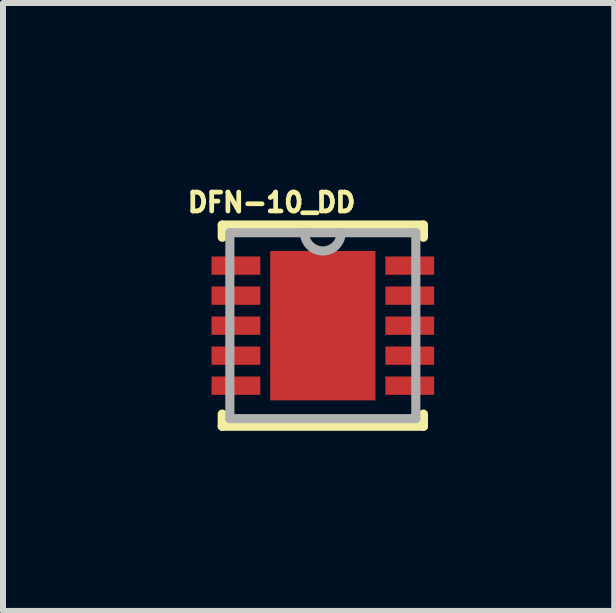
<source format=kicad_pcb>
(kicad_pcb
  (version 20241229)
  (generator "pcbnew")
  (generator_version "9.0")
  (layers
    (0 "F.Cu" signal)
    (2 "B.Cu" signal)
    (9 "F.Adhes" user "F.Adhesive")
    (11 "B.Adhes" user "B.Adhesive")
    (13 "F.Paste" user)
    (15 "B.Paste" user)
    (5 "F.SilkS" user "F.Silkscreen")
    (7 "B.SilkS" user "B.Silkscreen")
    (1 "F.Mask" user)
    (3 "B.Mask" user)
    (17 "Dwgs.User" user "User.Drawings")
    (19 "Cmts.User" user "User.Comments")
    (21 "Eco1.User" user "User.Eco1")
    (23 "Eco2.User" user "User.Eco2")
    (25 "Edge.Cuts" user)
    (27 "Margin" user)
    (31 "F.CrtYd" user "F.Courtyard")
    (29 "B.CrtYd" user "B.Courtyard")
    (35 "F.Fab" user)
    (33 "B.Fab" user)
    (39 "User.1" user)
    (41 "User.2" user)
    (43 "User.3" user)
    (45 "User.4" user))
  (footprint "DFN-10_DD"
    (layer "F.Cu")
    (at 2.328 2.375)
    (property "Reference" "DFN-10_DD" (at -0.854 -2.052 0) (layer "F.SilkS") (effects (font (size 0.315 0.315) (thickness 0.15))))
    (attr through_hole)
    (fp_line (start -1.676 -1.676) (end -1.676 -1.473) (stroke (width 0.152) (type solid)) (layer "F.SilkS"))
    (fp_line (start -1.676 1.473) (end -1.676 1.676) (stroke (width 0.152) (type solid)) (layer "F.SilkS"))
    (fp_line (start -1.676 1.676) (end 1.676 1.676) (stroke (width 0.152) (type solid)) (layer "F.SilkS"))
    (fp_line (start 1.676 -1.676) (end -1.676 -1.676) (stroke (width 0.152) (type solid)) (layer "F.SilkS"))
    (fp_line (start 1.676 -1.473) (end 1.676 -1.676) (stroke (width 0.152) (type solid)) (layer "F.SilkS"))
    (fp_line (start 1.676 1.676) (end 1.676 1.473) (stroke (width 0.152) (type solid)) (layer "F.SilkS"))
    (fp_poly (pts (xy -0.876 -1.245) (xy -0.876 1.245) (xy 0.876 1.245) (xy 0.876 -1.245)) (stroke (width 0.025) (type solid)) (fill yes) (layer "F.Paste"))
    (fp_line (start -1.549 -1.549) (end -1.549 1.549) (stroke (width 0.152) (type solid)) (layer "F.Fab"))
    (fp_line (start -1.549 1.549) (end 1.549 1.549) (stroke (width 0.152) (type solid)) (layer "F.Fab"))
    (fp_line (start -0.305 -1.549) (end -1.549 -1.549) (stroke (width 0.152) (type solid)) (layer "F.Fab"))
    (fp_line (start 0.305 -1.549) (end -0.305 -1.549) (stroke (width 0.152) (type solid)) (layer "F.Fab"))
    (fp_line (start 1.549 -1.549) (end 0.305 -1.549) (stroke (width 0.152) (type solid)) (layer "F.Fab"))
    (fp_line (start 1.549 1.549) (end 1.549 -1.549) (stroke (width 0.152) (type solid)) (layer "F.Fab"))
    (fp_arc (start 0.3048 -1.5494) (mid 0 -1.2446) (end -0.3048 -1.5494) (stroke (width 0.1524) (type solid)) (layer "F.Fab"))
    (pad "1" smd rect (at -1.448 -1) (size 0.813 0.305) (layers "F.Cu" "F.Mask" "F.Paste"))
    (pad "2" smd rect (at -1.448 -0.5) (size 0.813 0.305) (layers "F.Cu" "F.Mask" "F.Paste"))
    (pad "3" smd rect (at -1.448 0) (size 0.813 0.305) (layers "F.Cu" "F.Mask" "F.Paste"))
    (pad "4" smd rect (at -1.448 0.5) (size 0.813 0.305) (layers "F.Cu" "F.Mask" "F.Paste"))
    (pad "5" smd rect (at -1.448 1) (size 0.813 0.305) (layers "F.Cu" "F.Mask" "F.Paste"))
    (pad "6" smd rect (at 1.448 1) (size 0.813 0.305) (layers "F.Cu" "F.Mask" "F.Paste"))
    (pad "7" smd rect (at 1.448 0.5) (size 0.813 0.305) (layers "F.Cu" "F.Mask" "F.Paste"))
    (pad "8" smd rect (at 1.448 0) (size 0.813 0.305) (layers "F.Cu" "F.Mask" "F.Paste"))
    (pad "9" smd rect (at 1.448 -0.5) (size 0.813 0.305) (layers "F.Cu" "F.Mask" "F.Paste"))
    (pad "10" smd rect (at 1.448 -1) (size 0.813 0.305) (layers "F.Cu" "F.Mask" "F.Paste"))
    (pad "11" smd rect (at 0 0) (size 1.753 2.489) (layers "F.Cu" "F.Mask")))
  (gr_rect
    (start -3 -3)
    (end 7.182 7.127)
    (stroke (width 0.1) (type default))
    (fill no)
    (layer "Edge.Cuts")))
</source>
